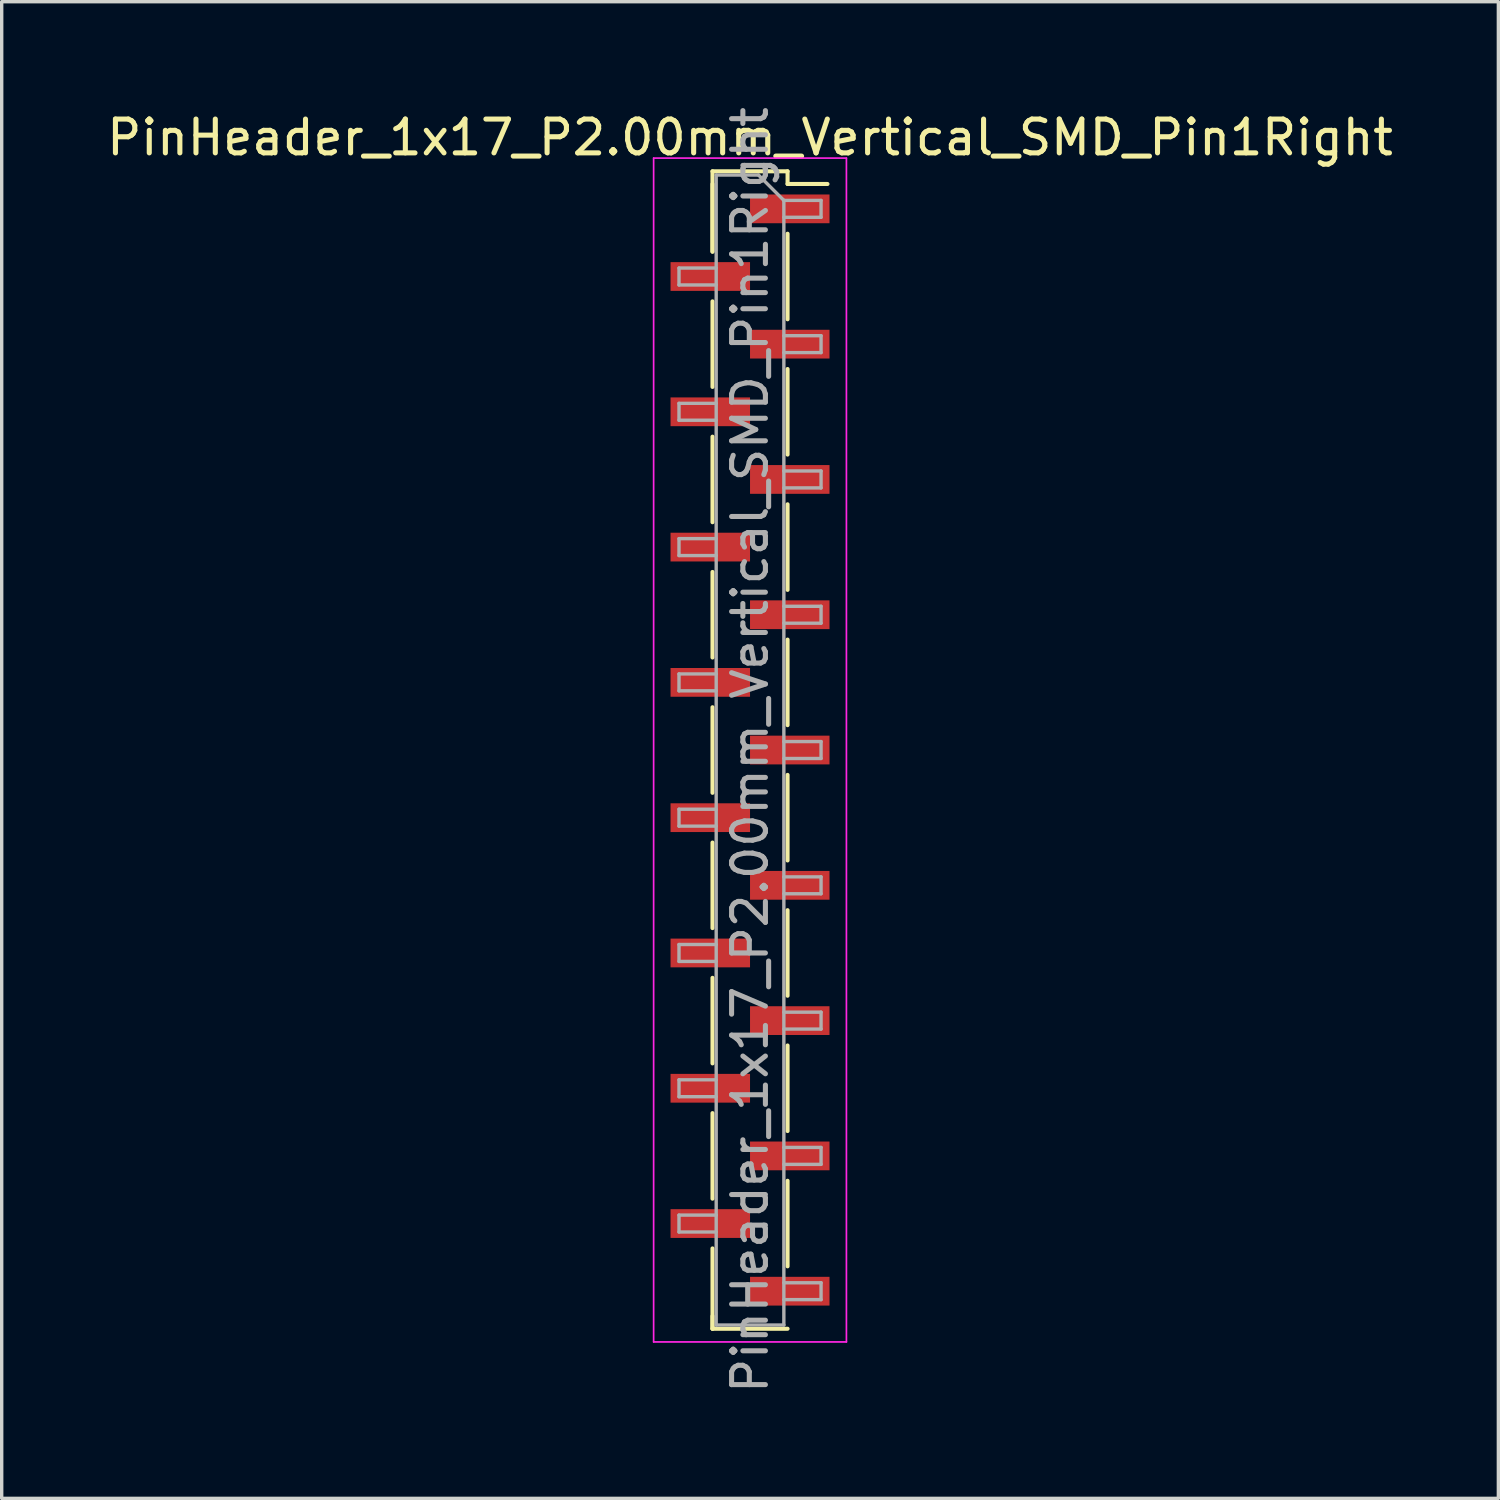
<source format=kicad_pcb>
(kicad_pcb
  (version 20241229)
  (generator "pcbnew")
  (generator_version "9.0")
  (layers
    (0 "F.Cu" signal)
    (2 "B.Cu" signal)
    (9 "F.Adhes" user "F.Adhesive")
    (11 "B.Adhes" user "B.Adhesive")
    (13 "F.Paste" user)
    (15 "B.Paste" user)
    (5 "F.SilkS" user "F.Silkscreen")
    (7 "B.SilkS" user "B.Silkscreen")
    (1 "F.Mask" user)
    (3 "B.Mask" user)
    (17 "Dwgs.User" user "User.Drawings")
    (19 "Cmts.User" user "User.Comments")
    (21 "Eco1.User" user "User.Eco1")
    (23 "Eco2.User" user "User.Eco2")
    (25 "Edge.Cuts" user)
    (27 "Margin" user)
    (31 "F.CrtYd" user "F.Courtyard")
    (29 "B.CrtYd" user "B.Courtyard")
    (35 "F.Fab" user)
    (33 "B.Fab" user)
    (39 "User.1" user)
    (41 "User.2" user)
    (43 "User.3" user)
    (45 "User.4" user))
  (footprint "PinHeader_1x17_P2.00mm_Vertical_SMD_Pin1Right"
    (layer "F.Cu")
    (at 19.125 19.125)
    (property "Reference" "PinHeader_1x17_P2.00mm_Vertical_SMD_Pin1Right" (at 0 -18.11 0) (layer "F.SilkS") (effects (font (size 1 1) (thickness 0.15))))
    (attr smd)
    (fp_line (start -1.11 -17.11) (end -1.11 -14.735) (stroke (width 0.12) (type solid)) (layer "F.SilkS"))
    (fp_line (start -1.11 -17.11) (end 1.11 -17.11) (stroke (width 0.12) (type solid)) (layer "F.SilkS"))
    (fp_line (start -1.11 -16.735) (end -1.11 -14.735) (stroke (width 0.12) (type solid)) (layer "F.SilkS"))
    (fp_line (start -1.11 -13.265) (end -1.11 -10.735) (stroke (width 0.12) (type solid)) (layer "F.SilkS"))
    (fp_line (start -1.11 -9.265) (end -1.11 -6.735) (stroke (width 0.12) (type solid)) (layer "F.SilkS"))
    (fp_line (start -1.11 -5.265) (end -1.11 -2.735) (stroke (width 0.12) (type solid)) (layer "F.SilkS"))
    (fp_line (start -1.11 -1.265) (end -1.11 1.265) (stroke (width 0.12) (type solid)) (layer "F.SilkS"))
    (fp_line (start -1.11 2.735) (end -1.11 5.265) (stroke (width 0.12) (type solid)) (layer "F.SilkS"))
    (fp_line (start -1.11 6.735) (end -1.11 9.265) (stroke (width 0.12) (type solid)) (layer "F.SilkS"))
    (fp_line (start -1.11 10.735) (end -1.11 13.265) (stroke (width 0.12) (type solid)) (layer "F.SilkS"))
    (fp_line (start -1.11 14.735) (end -1.11 17.11) (stroke (width 0.12) (type solid)) (layer "F.SilkS"))
    (fp_line (start -1.11 16.735) (end -1.11 17.11) (stroke (width 0.12) (type solid)) (layer "F.SilkS"))
    (fp_line (start -1.11 17.11) (end 1.11 17.11) (stroke (width 0.12) (type solid)) (layer "F.SilkS"))
    (fp_line (start 1.11 -17.11) (end 1.11 -16.735) (stroke (width 0.12) (type solid)) (layer "F.SilkS"))
    (fp_line (start 1.11 -16.735) (end 2.29 -16.735) (stroke (width 0.12) (type solid)) (layer "F.SilkS"))
    (fp_line (start 1.11 -15.265) (end 1.11 -12.735) (stroke (width 0.12) (type solid)) (layer "F.SilkS"))
    (fp_line (start 1.11 -11.265) (end 1.11 -8.735) (stroke (width 0.12) (type solid)) (layer "F.SilkS"))
    (fp_line (start 1.11 -7.265) (end 1.11 -4.735) (stroke (width 0.12) (type solid)) (layer "F.SilkS"))
    (fp_line (start 1.11 -3.265) (end 1.11 -0.735) (stroke (width 0.12) (type solid)) (layer "F.SilkS"))
    (fp_line (start 1.11 0.735) (end 1.11 3.265) (stroke (width 0.12) (type solid)) (layer "F.SilkS"))
    (fp_line (start 1.11 4.735) (end 1.11 7.265) (stroke (width 0.12) (type solid)) (layer "F.SilkS"))
    (fp_line (start 1.11 8.735) (end 1.11 11.265) (stroke (width 0.12) (type solid)) (layer "F.SilkS"))
    (fp_line (start 1.11 12.735) (end 1.11 15.265) (stroke (width 0.12) (type solid)) (layer "F.SilkS"))
    (fp_line (start -2.85 -17.5) (end -2.85 17.5) (stroke (width 0.05) (type solid)) (layer "F.CrtYd"))
    (fp_line (start -2.85 17.5) (end 2.85 17.5) (stroke (width 0.05) (type solid)) (layer "F.CrtYd"))
    (fp_line (start 2.85 -17.5) (end -2.85 -17.5) (stroke (width 0.05) (type solid)) (layer "F.CrtYd"))
    (fp_line (start 2.85 17.5) (end 2.85 -17.5) (stroke (width 0.05) (type solid)) (layer "F.CrtYd"))
    (fp_line (start -2.1 -14.25) (end -2.1 -13.75) (stroke (width 0.1) (type solid)) (layer "F.Fab"))
    (fp_line (start -2.1 -13.75) (end -1 -13.75) (stroke (width 0.1) (type solid)) (layer "F.Fab"))
    (fp_line (start -2.1 -10.25) (end -2.1 -9.75) (stroke (width 0.1) (type solid)) (layer "F.Fab"))
    (fp_line (start -2.1 -9.75) (end -1 -9.75) (stroke (width 0.1) (type solid)) (layer "F.Fab"))
    (fp_line (start -2.1 -6.25) (end -2.1 -5.75) (stroke (width 0.1) (type solid)) (layer "F.Fab"))
    (fp_line (start -2.1 -5.75) (end -1 -5.75) (stroke (width 0.1) (type solid)) (layer "F.Fab"))
    (fp_line (start -2.1 -2.25) (end -2.1 -1.75) (stroke (width 0.1) (type solid)) (layer "F.Fab"))
    (fp_line (start -2.1 -1.75) (end -1 -1.75) (stroke (width 0.1) (type solid)) (layer "F.Fab"))
    (fp_line (start -2.1 1.75) (end -2.1 2.25) (stroke (width 0.1) (type solid)) (layer "F.Fab"))
    (fp_line (start -2.1 2.25) (end -1 2.25) (stroke (width 0.1) (type solid)) (layer "F.Fab"))
    (fp_line (start -2.1 5.75) (end -2.1 6.25) (stroke (width 0.1) (type solid)) (layer "F.Fab"))
    (fp_line (start -2.1 6.25) (end -1 6.25) (stroke (width 0.1) (type solid)) (layer "F.Fab"))
    (fp_line (start -2.1 9.75) (end -2.1 10.25) (stroke (width 0.1) (type solid)) (layer "F.Fab"))
    (fp_line (start -2.1 10.25) (end -1 10.25) (stroke (width 0.1) (type solid)) (layer "F.Fab"))
    (fp_line (start -2.1 13.75) (end -2.1 14.25) (stroke (width 0.1) (type solid)) (layer "F.Fab"))
    (fp_line (start -2.1 14.25) (end -1 14.25) (stroke (width 0.1) (type solid)) (layer "F.Fab"))
    (fp_line (start -1 -17) (end -1 17) (stroke (width 0.1) (type solid)) (layer "F.Fab"))
    (fp_line (start -1 -17) (end 0.25 -17) (stroke (width 0.1) (type solid)) (layer "F.Fab"))
    (fp_line (start -1 -14.25) (end -2.1 -14.25) (stroke (width 0.1) (type solid)) (layer "F.Fab"))
    (fp_line (start -1 -10.25) (end -2.1 -10.25) (stroke (width 0.1) (type solid)) (layer "F.Fab"))
    (fp_line (start -1 -6.25) (end -2.1 -6.25) (stroke (width 0.1) (type solid)) (layer "F.Fab"))
    (fp_line (start -1 -2.25) (end -2.1 -2.25) (stroke (width 0.1) (type solid)) (layer "F.Fab"))
    (fp_line (start -1 1.75) (end -2.1 1.75) (stroke (width 0.1) (type solid)) (layer "F.Fab"))
    (fp_line (start -1 5.75) (end -2.1 5.75) (stroke (width 0.1) (type solid)) (layer "F.Fab"))
    (fp_line (start -1 9.75) (end -2.1 9.75) (stroke (width 0.1) (type solid)) (layer "F.Fab"))
    (fp_line (start -1 13.75) (end -2.1 13.75) (stroke (width 0.1) (type solid)) (layer "F.Fab"))
    (fp_line (start 1 -16.25) (end 0.25 -17) (stroke (width 0.1) (type solid)) (layer "F.Fab"))
    (fp_line (start 1 -16.25) (end 2.1 -16.25) (stroke (width 0.1) (type solid)) (layer "F.Fab"))
    (fp_line (start 1 -12.25) (end 2.1 -12.25) (stroke (width 0.1) (type solid)) (layer "F.Fab"))
    (fp_line (start 1 -8.25) (end 2.1 -8.25) (stroke (width 0.1) (type solid)) (layer "F.Fab"))
    (fp_line (start 1 -4.25) (end 2.1 -4.25) (stroke (width 0.1) (type solid)) (layer "F.Fab"))
    (fp_line (start 1 -0.25) (end 2.1 -0.25) (stroke (width 0.1) (type solid)) (layer "F.Fab"))
    (fp_line (start 1 3.75) (end 2.1 3.75) (stroke (width 0.1) (type solid)) (layer "F.Fab"))
    (fp_line (start 1 7.75) (end 2.1 7.75) (stroke (width 0.1) (type solid)) (layer "F.Fab"))
    (fp_line (start 1 11.75) (end 2.1 11.75) (stroke (width 0.1) (type solid)) (layer "F.Fab"))
    (fp_line (start 1 15.75) (end 2.1 15.75) (stroke (width 0.1) (type solid)) (layer "F.Fab"))
    (fp_line (start 1 17) (end -1 17) (stroke (width 0.1) (type solid)) (layer "F.Fab"))
    (fp_line (start 1 17) (end 1 -16.25) (stroke (width 0.1) (type solid)) (layer "F.Fab"))
    (fp_line (start 2.1 -16.25) (end 2.1 -15.75) (stroke (width 0.1) (type solid)) (layer "F.Fab"))
    (fp_line (start 2.1 -15.75) (end 1 -15.75) (stroke (width 0.1) (type solid)) (layer "F.Fab"))
    (fp_line (start 2.1 -12.25) (end 2.1 -11.75) (stroke (width 0.1) (type solid)) (layer "F.Fab"))
    (fp_line (start 2.1 -11.75) (end 1 -11.75) (stroke (width 0.1) (type solid)) (layer "F.Fab"))
    (fp_line (start 2.1 -8.25) (end 2.1 -7.75) (stroke (width 0.1) (type solid)) (layer "F.Fab"))
    (fp_line (start 2.1 -7.75) (end 1 -7.75) (stroke (width 0.1) (type solid)) (layer "F.Fab"))
    (fp_line (start 2.1 -4.25) (end 2.1 -3.75) (stroke (width 0.1) (type solid)) (layer "F.Fab"))
    (fp_line (start 2.1 -3.75) (end 1 -3.75) (stroke (width 0.1) (type solid)) (layer "F.Fab"))
    (fp_line (start 2.1 -0.25) (end 2.1 0.25) (stroke (width 0.1) (type solid)) (layer "F.Fab"))
    (fp_line (start 2.1 0.25) (end 1 0.25) (stroke (width 0.1) (type solid)) (layer "F.Fab"))
    (fp_line (start 2.1 3.75) (end 2.1 4.25) (stroke (width 0.1) (type solid)) (layer "F.Fab"))
    (fp_line (start 2.1 4.25) (end 1 4.25) (stroke (width 0.1) (type solid)) (layer "F.Fab"))
    (fp_line (start 2.1 7.75) (end 2.1 8.25) (stroke (width 0.1) (type solid)) (layer "F.Fab"))
    (fp_line (start 2.1 8.25) (end 1 8.25) (stroke (width 0.1) (type solid)) (layer "F.Fab"))
    (fp_line (start 2.1 11.75) (end 2.1 12.25) (stroke (width 0.1) (type solid)) (layer "F.Fab"))
    (fp_line (start 2.1 12.25) (end 1 12.25) (stroke (width 0.1) (type solid)) (layer "F.Fab"))
    (fp_line (start 2.1 15.75) (end 2.1 16.25) (stroke (width 0.1) (type solid)) (layer "F.Fab"))
    (fp_line (start 2.1 16.25) (end 1 16.25) (stroke (width 0.1) (type solid)) (layer "F.Fab"))
    (fp_text user "${REFERENCE}" (at 0 0 90) (layer "F.Fab") (effects (font (size 1 1) (thickness 0.15))))
    (pad "1" smd rect (at 1.175 -16) (size 2.35 0.85) (layers "F.Cu" "F.Mask" "F.Paste"))
    (pad "2" smd rect (at -1.175 -14) (size 2.35 0.85) (layers "F.Cu" "F.Mask" "F.Paste"))
    (pad "3" smd rect (at 1.175 -12) (size 2.35 0.85) (layers "F.Cu" "F.Mask" "F.Paste"))
    (pad "4" smd rect (at -1.175 -10) (size 2.35 0.85) (layers "F.Cu" "F.Mask" "F.Paste"))
    (pad "5" smd rect (at 1.175 -8) (size 2.35 0.85) (layers "F.Cu" "F.Mask" "F.Paste"))
    (pad "6" smd rect (at -1.175 -6) (size 2.35 0.85) (layers "F.Cu" "F.Mask" "F.Paste"))
    (pad "7" smd rect (at 1.175 -4) (size 2.35 0.85) (layers "F.Cu" "F.Mask" "F.Paste"))
    (pad "8" smd rect (at -1.175 -2) (size 2.35 0.85) (layers "F.Cu" "F.Mask" "F.Paste"))
    (pad "9" smd rect (at 1.175 0) (size 2.35 0.85) (layers "F.Cu" "F.Mask" "F.Paste"))
    (pad "10" smd rect (at -1.175 2) (size 2.35 0.85) (layers "F.Cu" "F.Mask" "F.Paste"))
    (pad "11" smd rect (at 1.175 4) (size 2.35 0.85) (layers "F.Cu" "F.Mask" "F.Paste"))
    (pad "12" smd rect (at -1.175 6) (size 2.35 0.85) (layers "F.Cu" "F.Mask" "F.Paste"))
    (pad "13" smd rect (at 1.175 8) (size 2.35 0.85) (layers "F.Cu" "F.Mask" "F.Paste"))
    (pad "14" smd rect (at -1.175 10) (size 2.35 0.85) (layers "F.Cu" "F.Mask" "F.Paste"))
    (pad "15" smd rect (at 1.175 12) (size 2.35 0.85) (layers "F.Cu" "F.Mask" "F.Paste"))
    (pad "16" smd rect (at -1.175 14) (size 2.35 0.85) (layers "F.Cu" "F.Mask" "F.Paste"))
    (pad "17" smd rect (at 1.175 16) (size 2.35 0.85) (layers "F.Cu" "F.Mask" "F.Paste")))
  (gr_rect
    (start -3 -3)
    (end 41.25 41.25)
    (stroke (width 0.1) (type default))
    (fill no)
    (layer "Edge.Cuts")))
</source>
